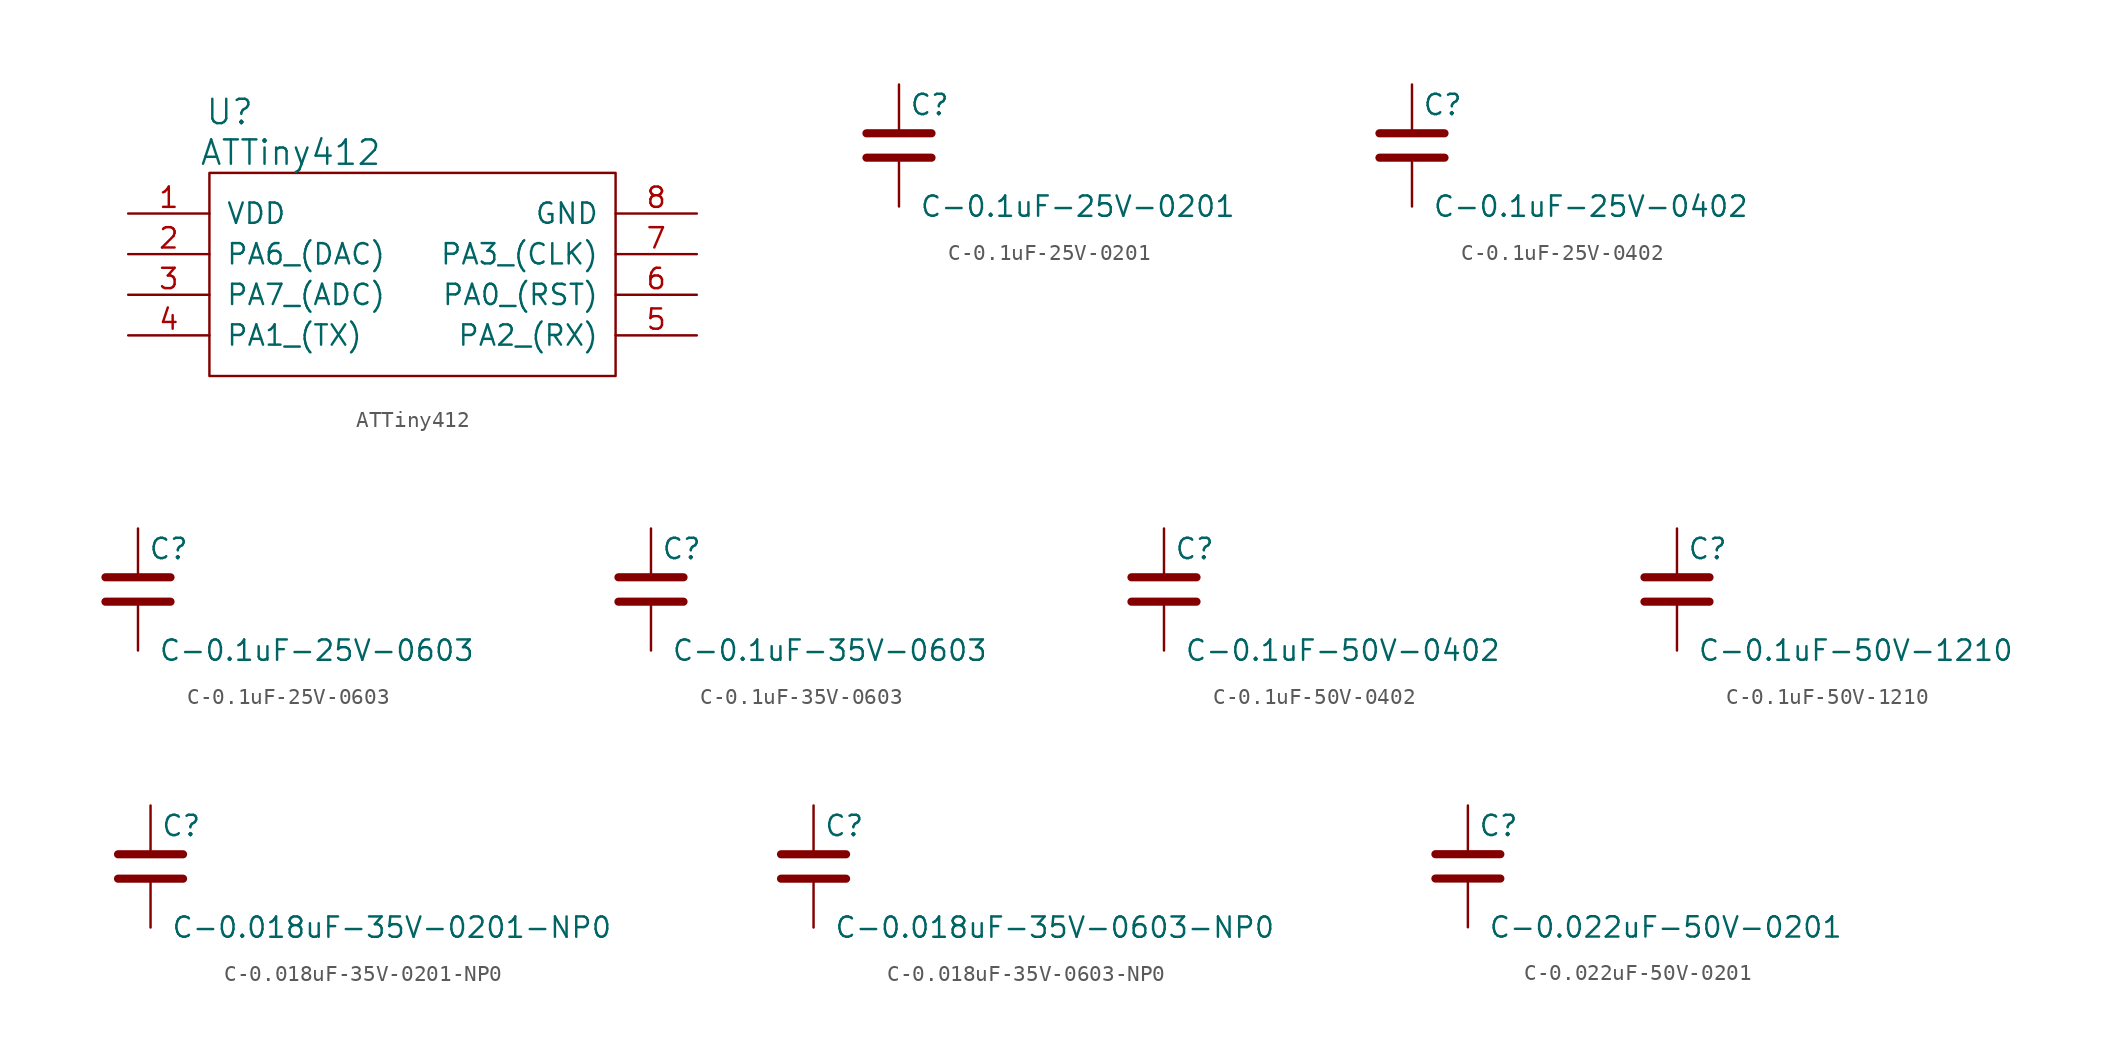
<source format=kicad_sym>
(kicad_symbol_lib
  (version 20220914)
  (generator kicad_symbol_editor)
  (symbol "ATTiny412"
    (pin_names
      (offset 1.016))
    (property "Reference" "U"
      (at -11.43 10.16 0)
      (effects (font (size 1.524 1.524))))
    (property "Value" "ATTiny412"
      (at -7.62 7.62 0)
      (effects (font (size 1.524 1.524))))
    (symbol "ATTiny412_0_1"
      (rectangle (start -12.7 6.35) (end 12.7 -6.35) (stroke (width 0) (type default)) (fill (type none))))
    (symbol "ATTiny412_1_1"
      (pin input line (at -17.78 3.81 0) (length 5.08) (name "VDD" (effects (font (size 1.27 1.27)))) (number "1" (effects (font (size 1.27 1.27)))))
      (pin input line (at -17.78 1.27 0) (length 5.08) (name "PA6_(DAC)" (effects (font (size 1.27 1.27)))) (number "2" (effects (font (size 1.27 1.27)))))
      (pin input line (at -17.78 -1.27 0) (length 5.08) (name "PA7_(ADC)" (effects (font (size 1.27 1.27)))) (number "3" (effects (font (size 1.27 1.27)))))
      (pin input line (at -17.78 -3.81 0) (length 5.08) (name "PA1_(TX)" (effects (font (size 1.27 1.27)))) (number "4" (effects (font (size 1.27 1.27)))))
      (pin input line (at 17.78 -3.81 180) (length 5.08) (name "PA2_(RX)" (effects (font (size 1.27 1.27)))) (number "5" (effects (font (size 1.27 1.27)))))
      (pin input line (at 17.78 -1.27 180) (length 5.08) (name "PA0_(RST)" (effects (font (size 1.27 1.27)))) (number "6" (effects (font (size 1.27 1.27)))))
      (pin input line (at 17.78 1.27 180) (length 5.08) (name "PA3_(CLK)" (effects (font (size 1.27 1.27)))) (number "7" (effects (font (size 1.27 1.27)))))
      (pin input line (at 17.78 3.81 180) (length 5.08) (name "GND" (effects (font (size 1.27 1.27)))) (number "8" (effects (font (size 1.27 1.27)))))))
  (symbol "C-0.1uF-25V-0201"
    (pin_numbers hide)
    (pin_names
      (offset 0.254))
    (property "Reference" "C"
      (at 0.635 2.54 0)
      (effects (font (size 1.27 1.27)) (justify left)))
    (property "Value" "C-0.1uF-25V-0201"
      (at 1.27 -3.81 0)
      (effects (font (size 1.27 1.27)) (justify left)))
    (symbol "C-0.1uF-25V-0201_0_1"
      (polyline (pts (xy -2.032 -0.762) (xy 2.032 -0.762)) (stroke (width 0.508) (type default)) (fill (type none)))
      (polyline (pts (xy -2.032 0.762) (xy 2.032 0.762)) (stroke (width 0.508) (type default)) (fill (type none))))
    (symbol "C-0.1uF-25V-0201_1_1"
      (pin passive line (at 0 3.81 270) (length 2.794) (name "~" (effects (font (size 1.27 1.27)))) (number "1" (effects (font (size 1.27 1.27)))))
      (pin passive line (at 0 -3.81 90) (length 2.794) (name "~" (effects (font (size 1.27 1.27)))) (number "2" (effects (font (size 1.27 1.27)))))))
  (symbol "C-0.1uF-25V-0402"
    (pin_numbers hide)
    (pin_names
      (offset 0.254))
    (property "Reference" "C"
      (at 0.635 2.54 0)
      (effects (font (size 1.27 1.27)) (justify left)))
    (property "Value" "C-0.1uF-25V-0402"
      (at 1.27 -3.81 0)
      (effects (font (size 1.27 1.27)) (justify left)))
    (symbol "C-0.1uF-25V-0402_0_1"
      (polyline (pts (xy -2.032 -0.762) (xy 2.032 -0.762)) (stroke (width 0.508) (type default)) (fill (type none)))
      (polyline (pts (xy -2.032 0.762) (xy 2.032 0.762)) (stroke (width 0.508) (type default)) (fill (type none))))
    (symbol "C-0.1uF-25V-0402_1_1"
      (pin passive line (at 0 3.81 270) (length 2.794) (name "~" (effects (font (size 1.27 1.27)))) (number "1" (effects (font (size 1.27 1.27)))))
      (pin passive line (at 0 -3.81 90) (length 2.794) (name "~" (effects (font (size 1.27 1.27)))) (number "2" (effects (font (size 1.27 1.27)))))))
  (symbol "C-0.1uF-25V-0603"
    (pin_numbers hide)
    (pin_names
      (offset 0.254))
    (property "Reference" "C"
      (at 0.635 2.54 0)
      (effects (font (size 1.27 1.27)) (justify left)))
    (property "Value" "C-0.1uF-25V-0603"
      (at 1.27 -3.81 0)
      (effects (font (size 1.27 1.27)) (justify left)))
    (symbol "C-0.1uF-25V-0603_0_1"
      (polyline (pts (xy -2.032 -0.762) (xy 2.032 -0.762)) (stroke (width 0.508) (type default)) (fill (type none)))
      (polyline (pts (xy -2.032 0.762) (xy 2.032 0.762)) (stroke (width 0.508) (type default)) (fill (type none))))
    (symbol "C-0.1uF-25V-0603_1_1"
      (pin passive line (at 0 3.81 270) (length 2.794) (name "~" (effects (font (size 1.27 1.27)))) (number "1" (effects (font (size 1.27 1.27)))))
      (pin passive line (at 0 -3.81 90) (length 2.794) (name "~" (effects (font (size 1.27 1.27)))) (number "2" (effects (font (size 1.27 1.27)))))))
  (symbol "C-0.1uF-35V-0603"
    (pin_numbers hide)
    (pin_names
      (offset 0.254))
    (property "Reference" "C"
      (at 0.635 2.54 0)
      (effects (font (size 1.27 1.27)) (justify left)))
    (property "Value" "C-0.1uF-35V-0603"
      (at 1.27 -3.81 0)
      (effects (font (size 1.27 1.27)) (justify left)))
    (symbol "C-0.1uF-35V-0603_0_1"
      (polyline (pts (xy -2.032 -0.762) (xy 2.032 -0.762)) (stroke (width 0.508) (type default)) (fill (type none)))
      (polyline (pts (xy -2.032 0.762) (xy 2.032 0.762)) (stroke (width 0.508) (type default)) (fill (type none))))
    (symbol "C-0.1uF-35V-0603_1_1"
      (pin passive line (at 0 3.81 270) (length 2.794) (name "~" (effects (font (size 1.27 1.27)))) (number "1" (effects (font (size 1.27 1.27)))))
      (pin passive line (at 0 -3.81 90) (length 2.794) (name "~" (effects (font (size 1.27 1.27)))) (number "2" (effects (font (size 1.27 1.27)))))))
  (symbol "C-0.1uF-50V-0402"
    (pin_numbers hide)
    (pin_names
      (offset 0.254))
    (property "Reference" "C"
      (at 0.635 2.54 0)
      (effects (font (size 1.27 1.27)) (justify left)))
    (property "Value" "C-0.1uF-50V-0402"
      (at 1.27 -3.81 0)
      (effects (font (size 1.27 1.27)) (justify left)))
    (symbol "C-0.1uF-50V-0402_0_1"
      (polyline (pts (xy -2.032 -0.762) (xy 2.032 -0.762)) (stroke (width 0.508) (type default)) (fill (type none)))
      (polyline (pts (xy -2.032 0.762) (xy 2.032 0.762)) (stroke (width 0.508) (type default)) (fill (type none))))
    (symbol "C-0.1uF-50V-0402_1_1"
      (pin passive line (at 0 3.81 270) (length 2.794) (name "~" (effects (font (size 1.27 1.27)))) (number "1" (effects (font (size 1.27 1.27)))))
      (pin passive line (at 0 -3.81 90) (length 2.794) (name "~" (effects (font (size 1.27 1.27)))) (number "2" (effects (font (size 1.27 1.27)))))))
  (symbol "C-0.1uF-50V-1210"
    (pin_numbers hide)
    (pin_names
      (offset 0.254))
    (property "Reference" "C"
      (at 0.635 2.54 0)
      (effects (font (size 1.27 1.27)) (justify left)))
    (property "Value" "C-0.1uF-50V-1210"
      (at 1.27 -3.81 0)
      (effects (font (size 1.27 1.27)) (justify left)))
    (symbol "C-0.1uF-50V-1210_0_1"
      (polyline (pts (xy -2.032 -0.762) (xy 2.032 -0.762)) (stroke (width 0.508) (type default)) (fill (type none)))
      (polyline (pts (xy -2.032 0.762) (xy 2.032 0.762)) (stroke (width 0.508) (type default)) (fill (type none))))
    (symbol "C-0.1uF-50V-1210_1_1"
      (pin passive line (at 0 3.81 270) (length 2.794) (name "~" (effects (font (size 1.27 1.27)))) (number "1" (effects (font (size 1.27 1.27)))))
      (pin passive line (at 0 -3.81 90) (length 2.794) (name "~" (effects (font (size 1.27 1.27)))) (number "2" (effects (font (size 1.27 1.27)))))))
  (symbol "C-0.018uF-35V-0201-NP0"
    (pin_numbers hide)
    (pin_names
      (offset 0.254))
    (property "Reference" "C"
      (at 0.635 2.54 0)
      (effects (font (size 1.27 1.27)) (justify left)))
    (property "Value" "C-0.018uF-35V-0201-NP0"
      (at 1.27 -3.81 0)
      (effects (font (size 1.27 1.27)) (justify left)))
    (symbol "C-0.018uF-35V-0201-NP0_0_1"
      (polyline (pts (xy -2.032 -0.762) (xy 2.032 -0.762)) (stroke (width 0.508) (type default)) (fill (type none)))
      (polyline (pts (xy -2.032 0.762) (xy 2.032 0.762)) (stroke (width 0.508) (type default)) (fill (type none))))
    (symbol "C-0.018uF-35V-0201-NP0_1_1"
      (pin passive line (at 0 3.81 270) (length 2.794) (name "~" (effects (font (size 1.27 1.27)))) (number "1" (effects (font (size 1.27 1.27)))))
      (pin passive line (at 0 -3.81 90) (length 2.794) (name "~" (effects (font (size 1.27 1.27)))) (number "2" (effects (font (size 1.27 1.27)))))))
  (symbol "C-0.018uF-35V-0603-NP0"
    (pin_numbers hide)
    (pin_names
      (offset 0.254))
    (property "Reference" "C"
      (at 0.635 2.54 0)
      (effects (font (size 1.27 1.27)) (justify left)))
    (property "Value" "C-0.018uF-35V-0603-NP0"
      (at 1.27 -3.81 0)
      (effects (font (size 1.27 1.27)) (justify left)))
    (symbol "C-0.018uF-35V-0603-NP0_0_1"
      (polyline (pts (xy -2.032 -0.762) (xy 2.032 -0.762)) (stroke (width 0.508) (type default)) (fill (type none)))
      (polyline (pts (xy -2.032 0.762) (xy 2.032 0.762)) (stroke (width 0.508) (type default)) (fill (type none))))
    (symbol "C-0.018uF-35V-0603-NP0_1_1"
      (pin passive line (at 0 3.81 270) (length 2.794) (name "~" (effects (font (size 1.27 1.27)))) (number "1" (effects (font (size 1.27 1.27)))))
      (pin passive line (at 0 -3.81 90) (length 2.794) (name "~" (effects (font (size 1.27 1.27)))) (number "2" (effects (font (size 1.27 1.27)))))))
  (symbol "C-0.022uF-50V-0201"
    (pin_numbers hide)
    (pin_names
      (offset 0.254))
    (property "Reference" "C"
      (at 0.635 2.54 0)
      (effects (font (size 1.27 1.27)) (justify left)))
    (property "Value" "C-0.022uF-50V-0201"
      (at 1.27 -3.81 0)
      (effects (font (size 1.27 1.27)) (justify left)))
    (symbol "C-0.022uF-50V-0201_0_1"
      (polyline (pts (xy -2.032 -0.762) (xy 2.032 -0.762)) (stroke (width 0.508) (type default)) (fill (type none)))
      (polyline (pts (xy -2.032 0.762) (xy 2.032 0.762)) (stroke (width 0.508) (type default)) (fill (type none))))
    (symbol "C-0.022uF-50V-0201_1_1"
      (pin passive line (at 0 3.81 270) (length 2.794) (name "~" (effects (font (size 1.27 1.27)))) (number "1" (effects (font (size 1.27 1.27)))))
      (pin passive line (at 0 -3.81 90) (length 2.794) (name "~" (effects (font (size 1.27 1.27)))) (number "2" (effects (font (size 1.27 1.27))))))))
</source>
